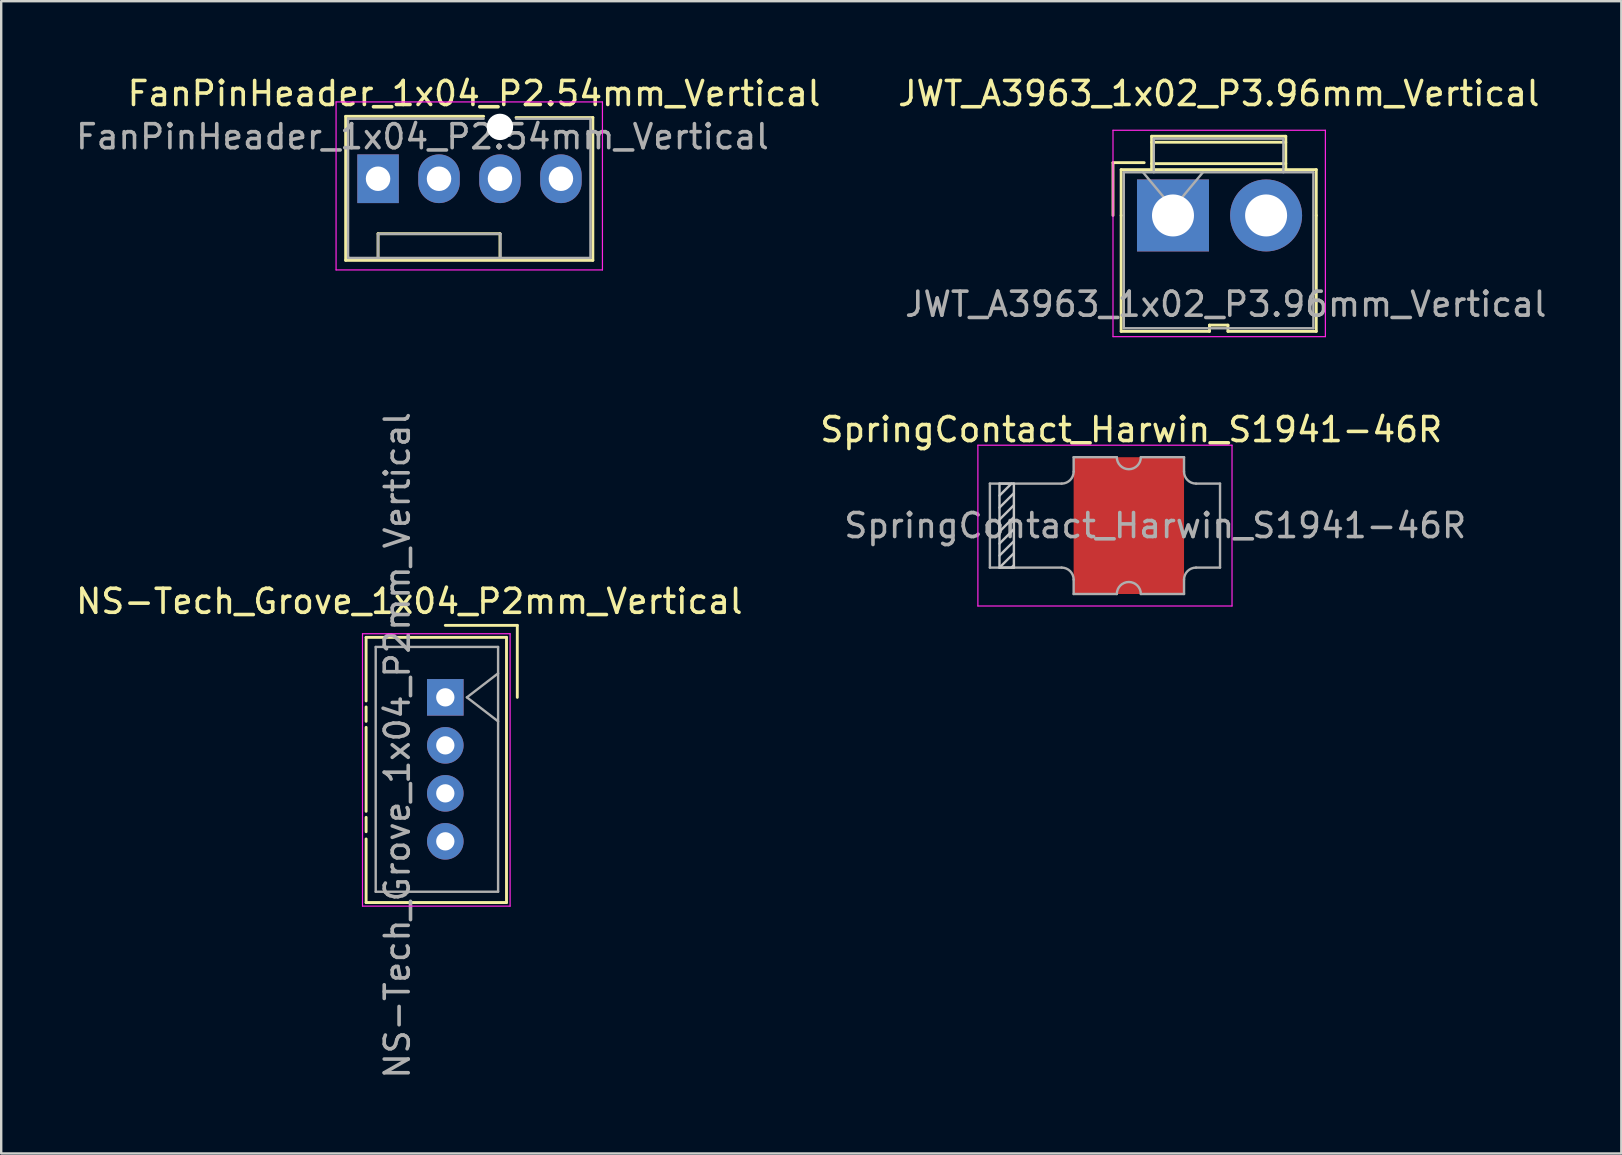
<source format=kicad_pcb>
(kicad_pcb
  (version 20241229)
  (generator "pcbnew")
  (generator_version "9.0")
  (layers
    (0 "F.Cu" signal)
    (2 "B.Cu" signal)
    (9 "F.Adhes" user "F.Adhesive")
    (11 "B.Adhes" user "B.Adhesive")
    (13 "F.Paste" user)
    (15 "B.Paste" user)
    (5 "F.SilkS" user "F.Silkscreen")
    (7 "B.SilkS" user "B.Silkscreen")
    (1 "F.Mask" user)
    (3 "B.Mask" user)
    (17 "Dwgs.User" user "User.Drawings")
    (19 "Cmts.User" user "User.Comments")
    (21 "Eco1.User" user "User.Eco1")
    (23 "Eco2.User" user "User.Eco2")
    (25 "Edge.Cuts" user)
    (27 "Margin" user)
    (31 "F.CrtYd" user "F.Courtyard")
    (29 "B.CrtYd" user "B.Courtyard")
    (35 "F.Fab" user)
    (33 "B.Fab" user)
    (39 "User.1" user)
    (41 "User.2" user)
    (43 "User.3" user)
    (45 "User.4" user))
  (footprint "SpringContact_Harwin_S1941-46R"
    (layer "F.Cu")
    (at 45.089 18.852)
    (property "Reference" "SpringContact_Harwin_S1941-46R" (at -1 -4 0) (layer "F.SilkS") (effects (font (size 1 1) (thickness 0.15))))
    (attr smd)
    (fp_line (start -6.49 -1.75) (end -6.49 1.75) (stroke (width 0.1) (type solid)) (layer "Dwgs.User"))
    (fp_line (start -6.49 -0.75) (end -5.89 -1.35) (stroke (width 0.1) (type solid)) (layer "Dwgs.User"))
    (fp_line (start -6.49 0.25) (end -5.89 -0.35) (stroke (width 0.1) (type solid)) (layer "Dwgs.User"))
    (fp_line (start -6.49 1.25) (end -5.89 0.65) (stroke (width 0.1) (type solid)) (layer "Dwgs.User"))
    (fp_line (start -6.49 1.75) (end -5.89 1.75) (stroke (width 0.1) (type solid)) (layer "Dwgs.User"))
    (fp_line (start -5.99 -1.75) (end -6.49 -1.25) (stroke (width 0.1) (type solid)) (layer "Dwgs.User"))
    (fp_line (start -5.89 -1.75) (end -6.49 -1.75) (stroke (width 0.1) (type solid)) (layer "Dwgs.User"))
    (fp_line (start -5.89 -0.85) (end -6.49 -0.25) (stroke (width 0.1) (type solid)) (layer "Dwgs.User"))
    (fp_line (start -5.89 0.15) (end -6.49 0.75) (stroke (width 0.1) (type solid)) (layer "Dwgs.User"))
    (fp_line (start -5.89 1.15) (end -6.49 1.75) (stroke (width 0.1) (type solid)) (layer "Dwgs.User"))
    (fp_line (start -5.89 1.65) (end -5.99 1.75) (stroke (width 0.1) (type solid)) (layer "Dwgs.User"))
    (fp_line (start -5.89 1.75) (end -5.89 -1.75) (stroke (width 0.1) (type solid)) (layer "Dwgs.User"))
    (fp_line (start -7.39 -3.35) (end 3.2 -3.35) (stroke (width 0.05) (type solid)) (layer "F.CrtYd"))
    (fp_line (start -7.39 3.35) (end -7.39 -3.35) (stroke (width 0.05) (type solid)) (layer "F.CrtYd"))
    (fp_line (start 3.2 -3.35) (end 3.2 3.35) (stroke (width 0.05) (type solid)) (layer "F.CrtYd"))
    (fp_line (start 3.2 3.35) (end -7.39 3.35) (stroke (width 0.05) (type solid)) (layer "F.CrtYd"))
    (fp_line (start -6.89 -1.75) (end -3.9 -1.75) (stroke (width 0.1) (type solid)) (layer "F.Fab"))
    (fp_line (start -6.89 1.75) (end -6.89 -1.75) (stroke (width 0.1) (type solid)) (layer "F.Fab"))
    (fp_line (start -6.89 1.75) (end -3.9 1.75) (stroke (width 0.1) (type solid)) (layer "F.Fab"))
    (fp_line (start -3.4 -2.25) (end -3.4 -2.85) (stroke (width 0.1) (type solid)) (layer "F.Fab"))
    (fp_line (start -3.4 2.25) (end -3.4 2.85) (stroke (width 0.1) (type solid)) (layer "F.Fab"))
    (fp_line (start -1.6 -2.85) (end -3.4 -2.85) (stroke (width 0.1) (type solid)) (layer "F.Fab"))
    (fp_line (start -1.6 2.85) (end -3.4 2.85) (stroke (width 0.1) (type solid)) (layer "F.Fab"))
    (fp_line (start -0.6 -2.85) (end 1.2 -2.85) (stroke (width 0.1) (type solid)) (layer "F.Fab"))
    (fp_line (start -0.6 2.85) (end 1.2 2.85) (stroke (width 0.1) (type solid)) (layer "F.Fab"))
    (fp_line (start 1.2 -2.25) (end 1.2 -2.85) (stroke (width 0.1) (type solid)) (layer "F.Fab"))
    (fp_line (start 1.2 2.25) (end 1.2 2.85) (stroke (width 0.1) (type solid)) (layer "F.Fab"))
    (fp_line (start 1.7 -1.75) (end 2.7 -1.75) (stroke (width 0.1) (type solid)) (layer "F.Fab"))
    (fp_line (start 1.7 1.75) (end 2.7 1.75) (stroke (width 0.1) (type solid)) (layer "F.Fab"))
    (fp_line (start 2.7 -1.75) (end 2.7 1.75) (stroke (width 0.1) (type solid)) (layer "F.Fab"))
    (fp_arc (start -3.9 1.75) (mid -3.546447 1.896447) (end -3.4 2.25) (stroke (width 0.1) (type solid)) (layer "F.Fab"))
    (fp_arc (start -3.4 -2.25) (mid -3.546447 -1.896447) (end -3.9 -1.75) (stroke (width 0.1) (type solid)) (layer "F.Fab"))
    (fp_arc (start -1.6 2.85) (mid -1.1 2.35) (end -0.6 2.85) (stroke (width 0.1) (type solid)) (layer "F.Fab"))
    (fp_arc (start -0.6 -2.85) (mid -1.1 -2.35) (end -1.6 -2.85) (stroke (width 0.1) (type solid)) (layer "F.Fab"))
    (fp_arc (start 1.2 2.25) (mid 1.346447 1.896447) (end 1.7 1.75) (stroke (width 0.1) (type solid)) (layer "F.Fab"))
    (fp_arc (start 1.7 -1.75) (mid 1.346447 -1.896447) (end 1.2 -2.25) (stroke (width 0.1) (type solid)) (layer "F.Fab"))
    (fp_text user "${REFERENCE}" (at 0 0 0) (layer "F.Fab") (effects (font (size 1 1) (thickness 0.15))))
    (pad "1" smd rect (at -1.1 0) (size 4.6 5.7) (layers "F.Cu" "F.Mask" "F.Paste")))
  (footprint "FanPinHeader_1x04_P2.54mm_Vertical"
    (layer "F.Cu")
    (at 12.704 4.398)
    (property "Reference" "FanPinHeader_1x04_P2.54mm_Vertical" (at 4 -3.55 0) (layer "F.SilkS") (effects (font (size 1 1) (thickness 0.15))))
    (attr through_hole)
    (fp_line (start -1.35 -2.6) (end 4.4 -2.6) (stroke (width 0.12) (type solid)) (layer "F.SilkS"))
    (fp_line (start -1.35 3.4) (end -1.35 -2.6) (stroke (width 0.12) (type solid)) (layer "F.SilkS"))
    (fp_line (start 0 2.29) (end 5.08 2.29) (stroke (width 0.12) (type solid)) (layer "F.SilkS"))
    (fp_line (start 0 3.3) (end 0 2.29) (stroke (width 0.12) (type solid)) (layer "F.SilkS"))
    (fp_line (start 5.08 2.29) (end 5.08 3.3) (stroke (width 0.12) (type solid)) (layer "F.SilkS"))
    (fp_line (start 5.75 -2.55) (end 8.95 -2.55) (stroke (width 0.12) (type solid)) (layer "F.SilkS"))
    (fp_line (start 8.95 -2.55) (end 8.95 3.4) (stroke (width 0.12) (type solid)) (layer "F.SilkS"))
    (fp_line (start 8.95 3.4) (end -1.35 3.4) (stroke (width 0.12) (type solid)) (layer "F.SilkS"))
    (fp_line (start -1.75 3.8) (end -1.75 -3.2) (stroke (width 0.05) (type solid)) (layer "F.CrtYd"))
    (fp_line (start -1.75 3.8) (end 9.35 3.8) (stroke (width 0.05) (type solid)) (layer "F.CrtYd"))
    (fp_line (start 9.35 -3.2) (end -1.75 -3.2) (stroke (width 0.05) (type solid)) (layer "F.CrtYd"))
    (fp_line (start 9.35 -3.2) (end 9.35 3.8) (stroke (width 0.05) (type solid)) (layer "F.CrtYd"))
    (fp_line (start -1.25 -2.5) (end 4.4 -2.5) (stroke (width 0.1) (type solid)) (layer "F.Fab"))
    (fp_line (start -1.25 3.3) (end -1.25 -2.5) (stroke (width 0.1) (type solid)) (layer "F.Fab"))
    (fp_line (start -1.2 3.3) (end -1.25 3.3) (stroke (width 0.1) (type solid)) (layer "F.Fab"))
    (fp_line (start 0 2.3) (end 0 3.3) (stroke (width 0.1) (type solid)) (layer "F.Fab"))
    (fp_line (start 5.1 2.3) (end 0 2.3) (stroke (width 0.1) (type solid)) (layer "F.Fab"))
    (fp_line (start 5.1 3.3) (end 5.1 2.3) (stroke (width 0.1) (type solid)) (layer "F.Fab"))
    (fp_line (start 5.75 -2.5) (end 8.85 -2.5) (stroke (width 0.1) (type solid)) (layer "F.Fab"))
    (fp_line (start 8.85 -2.5) (end 8.85 3.3) (stroke (width 0.1) (type solid)) (layer "F.Fab"))
    (fp_line (start 8.85 3.3) (end -1.2 3.3) (stroke (width 0.1) (type solid)) (layer "F.Fab"))
    (fp_text user "${REFERENCE}" (at 1.85 -1.75 0) (layer "F.Fab") (effects (font (size 1 1) (thickness 0.15))))
    (pad "" np_thru_hole circle (at 5.08 -2.16 90) (size 1.1 1.1) (drill 1.1) (layers "*.Cu" "*.Mask"))
    (pad "1" thru_hole rect (at 0 0 90) (size 2.03 1.73) (drill 1.02) (layers "*.Cu" "*.Mask"))
    (pad "2" thru_hole oval (at 2.54 0 90) (size 2.03 1.73) (drill 1.02) (layers "*.Cu" "*.Mask"))
    (pad "3" thru_hole oval (at 5.08 0 90) (size 2.03 1.73) (drill 1.02) (layers "*.Cu" "*.Mask"))
    (pad "4" thru_hole oval (at 7.62 0 90) (size 2.03 1.73) (drill 1.02) (layers "*.Cu" "*.Mask")))
  (footprint "NS-Tech_Grove_1x04_P2mm_Vertical"
    (layer "F.Cu")
    (at 15.506 26.009)
    (property "Reference" "NS-Tech_Grove_1x04_P2mm_Vertical" (at -1.5 -4 0) (layer "F.SilkS") (effects (font (size 1 1) (thickness 0.15))))
    (attr through_hole)
    (fp_line (start -3.3 -2.5) (end -3.3 0.15) (stroke (width 0.12) (type solid)) (layer "F.SilkS"))
    (fp_line (start -3.3 -2.5) (end 2.55 -2.5) (stroke (width 0.12) (type solid)) (layer "F.SilkS"))
    (fp_line (start -3.3 0.4) (end -3.3 1) (stroke (width 0.12) (type solid)) (layer "F.SilkS"))
    (fp_line (start -3.3 1.25) (end -3.3 4.75) (stroke (width 0.12) (type solid)) (layer "F.SilkS"))
    (fp_line (start -3.3 5) (end -3.3 5.6) (stroke (width 0.12) (type solid)) (layer "F.SilkS"))
    (fp_line (start -3.3 5.9) (end -3.3 8.55) (stroke (width 0.12) (type solid)) (layer "F.SilkS"))
    (fp_line (start -3.3 8.55) (end 2.55 8.55) (stroke (width 0.12) (type solid)) (layer "F.SilkS"))
    (fp_line (start 0 -3) (end 3 -3) (stroke (width 0.12) (type solid)) (layer "F.SilkS"))
    (fp_line (start 2.55 -2.5) (end 2.55 8.55) (stroke (width 0.12) (type solid)) (layer "F.SilkS"))
    (fp_line (start 3 -3) (end 3 0) (stroke (width 0.12) (type solid)) (layer "F.SilkS"))
    (fp_line (start -3.45 -2.65) (end -3.45 8.7) (stroke (width 0.05) (type solid)) (layer "F.CrtYd"))
    (fp_line (start -3.45 -2.65) (end 2.7 -2.65) (stroke (width 0.05) (type solid)) (layer "F.CrtYd"))
    (fp_line (start -3.45 8.7) (end 2.7 8.7) (stroke (width 0.05) (type solid)) (layer "F.CrtYd"))
    (fp_line (start 2.7 8.7) (end 2.7 -2.65) (stroke (width 0.05) (type solid)) (layer "F.CrtYd"))
    (fp_line (start -2.9 -2.1) (end 2.2 -2.1) (stroke (width 0.1) (type solid)) (layer "F.Fab"))
    (fp_line (start -2.9 8.1) (end -2.9 -2.1) (stroke (width 0.1) (type solid)) (layer "F.Fab"))
    (fp_line (start 0.9 0) (end 2.2 1) (stroke (width 0.1) (type solid)) (layer "F.Fab"))
    (fp_line (start 2.2 -2.1) (end 2.2 8.1) (stroke (width 0.1) (type solid)) (layer "F.Fab"))
    (fp_line (start 2.2 -1) (end 0.9 0) (stroke (width 0.1) (type solid)) (layer "F.Fab"))
    (fp_line (start 2.2 8.1) (end -2.9 8.1) (stroke (width 0.1) (type solid)) (layer "F.Fab"))
    (fp_text user "${REFERENCE}" (at -2 2 90) (layer "F.Fab") (effects (font (size 1 1) (thickness 0.15))))
    (pad "1" thru_hole rect (at 0 0) (size 1.524 1.524) (drill 0.762) (layers "*.Cu" "*.Mask"))
    (pad "2" thru_hole circle (at 0 2) (size 1.524 1.524) (drill 0.762) (layers "*.Cu" "*.Mask"))
    (pad "3" thru_hole circle (at 0 4) (size 1.524 1.524) (drill 0.762) (layers "*.Cu" "*.Mask"))
    (pad "4" thru_hole circle (at 0 6) (size 1.524 1.524) (drill 0.762) (layers "*.Cu" "*.Mask")))
  (footprint "JWT_A3963_1x02_P3.96mm_Vertical"
    (layer "F.Cu")
    (at 45.829 5.928)
    (property "Reference" "JWT_A3963_1x02_P3.96mm_Vertical" (at 1.91 -5.08 0) (layer "F.SilkS") (effects (font (size 1 1) (thickness 0.15))))
    (attr through_hole)
    (fp_line (start -2.5 -2.2) (end -2.5 0) (stroke (width 0.12) (type solid)) (layer "F.SilkS"))
    (fp_line (start -2.16 -1.91) (end -2.16 0) (stroke (width 0.12) (type solid)) (layer "F.SilkS"))
    (fp_line (start -2.16 -1.91) (end 5.97 -1.91) (stroke (width 0.12) (type solid)) (layer "F.SilkS"))
    (fp_line (start -2.16 0) (end -2.16 4.83) (stroke (width 0.12) (type solid)) (layer "F.SilkS"))
    (fp_line (start -1.2 -2.2) (end -2.5 -2.2) (stroke (width 0.12) (type solid)) (layer "F.SilkS"))
    (fp_line (start -0.89 -3.3) (end 4.7 -3.3) (stroke (width 0.12) (type solid)) (layer "F.SilkS"))
    (fp_line (start -0.89 -3.05) (end 4.7 -3.05) (stroke (width 0.12) (type solid)) (layer "F.SilkS"))
    (fp_line (start -0.89 -2.16) (end 4.7 -2.16) (stroke (width 0.12) (type solid)) (layer "F.SilkS"))
    (fp_line (start -0.89 -1.91) (end -0.89 -3.3) (stroke (width 0.12) (type solid)) (layer "F.SilkS"))
    (fp_line (start 1.52 4.57) (end 2.29 4.57) (stroke (width 0.12) (type solid)) (layer "F.SilkS"))
    (fp_line (start 1.52 4.83) (end -2.16 4.83) (stroke (width 0.12) (type solid)) (layer "F.SilkS"))
    (fp_line (start 1.52 4.83) (end 1.52 4.57) (stroke (width 0.12) (type solid)) (layer "F.SilkS"))
    (fp_line (start 2.29 4.57) (end 2.29 4.83) (stroke (width 0.12) (type solid)) (layer "F.SilkS"))
    (fp_line (start 2.29 4.83) (end 5.97 4.83) (stroke (width 0.12) (type solid)) (layer "F.SilkS"))
    (fp_line (start 4.7 -1.91) (end 4.7 -3.3) (stroke (width 0.12) (type solid)) (layer "F.SilkS"))
    (fp_line (start 5.97 -1.91) (end 5.97 0) (stroke (width 0.12) (type solid)) (layer "F.SilkS"))
    (fp_line (start 5.97 4.83) (end 5.97 0) (stroke (width 0.12) (type solid)) (layer "F.SilkS"))
    (fp_line (start -2.5 -3.55) (end 6.35 -3.55) (stroke (width 0.05) (type solid)) (layer "F.CrtYd"))
    (fp_line (start -2.5 5.05) (end -2.5 -3.55) (stroke (width 0.05) (type solid)) (layer "F.CrtYd"))
    (fp_line (start 6.35 -3.55) (end 6.35 5.05) (stroke (width 0.05) (type solid)) (layer "F.CrtYd"))
    (fp_line (start 6.35 5.05) (end -2.5 5.05) (stroke (width 0.05) (type solid)) (layer "F.CrtYd"))
    (fp_line (start -2.05 -1.8) (end 5.85 -1.8) (stroke (width 0.1) (type solid)) (layer "F.Fab"))
    (fp_line (start -2.05 4.7) (end -2.05 -1.8) (stroke (width 0.1) (type solid)) (layer "F.Fab"))
    (fp_line (start -1.25 -1.8) (end 0 -0.3) (stroke (width 0.1) (type solid)) (layer "F.Fab"))
    (fp_line (start -0.8 -3.2) (end 4.6 -3.2) (stroke (width 0.1) (type solid)) (layer "F.Fab"))
    (fp_line (start -0.8 -1.8) (end -0.8 -3.2) (stroke (width 0.1) (type solid)) (layer "F.Fab"))
    (fp_line (start 0 -0.3) (end 1.25 -1.8) (stroke (width 0.1) (type solid)) (layer "F.Fab"))
    (fp_line (start 4.6 -3.2) (end 4.6 -1.8) (stroke (width 0.1) (type solid)) (layer "F.Fab"))
    (fp_line (start 5.85 -1.8) (end 5.85 4.7) (stroke (width 0.1) (type solid)) (layer "F.Fab"))
    (fp_line (start 5.85 4.7) (end -2.05 4.7) (stroke (width 0.1) (type solid)) (layer "F.Fab"))
    (fp_text user "${REFERENCE}" (at 2.2 3.7 0) (layer "F.Fab") (effects (font (size 1 1) (thickness 0.15))))
    (pad "1" thru_hole rect (at 0 0) (size 3 3) (drill 1.75) (layers "*.Cu" "*.Mask"))
    (pad "2" thru_hole circle (at 3.88 0) (size 3 3) (drill 1.75) (layers "*.Cu" "*.Mask")))
  (gr_rect
    (start -3 -3)
    (end 64.511 45.015)
    (stroke (width 0.1) (type default))
    (fill no)
    (layer "Edge.Cuts")))
</source>
